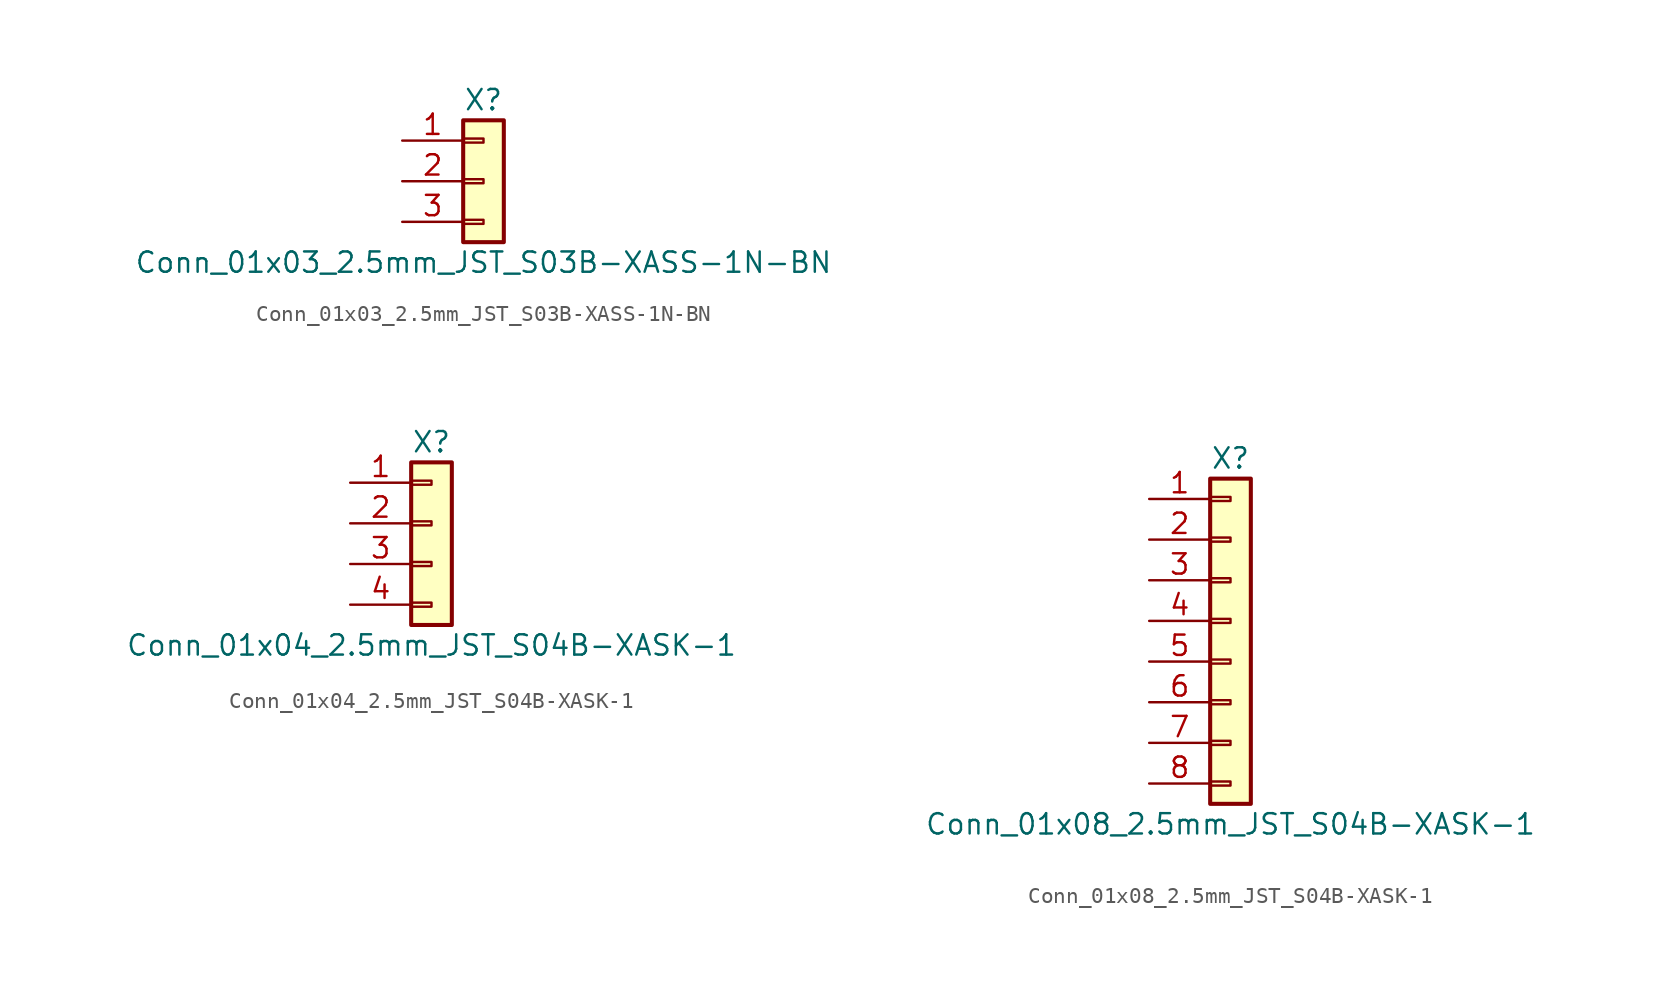
<source format=kicad_sym>
(kicad_symbol_lib
  (version 20220914)
  (generator kicad_db_lib)
  (symbol "Conn_01x03_2.5mm_JST_S03B-XASS-1N-BN"
    (pin_names
      (offset 1.016) hide)
    (property "Reference" "X"
      (at 0 5.08 0)
      (effects (font (size 1.27 1.27))))
    (property "Value" "Conn_01x03_2.5mm_JST_S03B-XASS-1N-BN"
      (at 0 -5.08 0)
      (effects (font (size 1.27 1.27))))
    (symbol "Conn_01x03_2.5mm_JST_S03B-XASS-1N-BN_1_1"
      (rectangle (start -1.27 -2.413) (end 0 -2.667) (stroke (width 0.152) (type default)) (fill (type none)))
      (rectangle (start -1.27 0.127) (end 0 -0.127) (stroke (width 0.152) (type default)) (fill (type none)))
      (rectangle (start -1.27 2.667) (end 0 2.413) (stroke (width 0.152) (type default)) (fill (type none)))
      (rectangle (start -1.27 3.81) (end 1.27 -3.81) (stroke (width 0.254) (type default)) (fill (type background)))
      (pin passive line (at -5.08 2.54 0) (length 3.81) (name "Pin_1" (effects (font (size 1.27 1.27)))) (number "1" (effects (font (size 1.27 1.27)))))
      (pin passive line (at -5.08 0 0) (length 3.81) (name "Pin_2" (effects (font (size 1.27 1.27)))) (number "2" (effects (font (size 1.27 1.27)))))
      (pin passive line (at -5.08 -2.54 0) (length 3.81) (name "Pin_3" (effects (font (size 1.27 1.27)))) (number "3" (effects (font (size 1.27 1.27)))))))
  (symbol "Conn_01x04_2.5mm_JST_S04B-XASK-1"
    (pin_names
      (offset 1.016) hide)
    (property "Reference" "X"
      (at 0 5.08 0)
      (effects (font (size 1.27 1.27))))
    (property "Value" "Conn_01x04_2.5mm_JST_S04B-XASK-1"
      (at 0 -7.62 0)
      (effects (font (size 1.27 1.27))))
    (symbol "Conn_01x04_2.5mm_JST_S04B-XASK-1_1_1"
      (rectangle (start -1.27 -4.953) (end 0 -5.207) (stroke (width 0.152) (type default)) (fill (type none)))
      (rectangle (start -1.27 -2.413) (end 0 -2.667) (stroke (width 0.152) (type default)) (fill (type none)))
      (rectangle (start -1.27 0.127) (end 0 -0.127) (stroke (width 0.152) (type default)) (fill (type none)))
      (rectangle (start -1.27 2.667) (end 0 2.413) (stroke (width 0.152) (type default)) (fill (type none)))
      (rectangle (start -1.27 3.81) (end 1.27 -6.35) (stroke (width 0.254) (type default)) (fill (type background)))
      (pin passive line (at -5.08 2.54 0) (length 3.81) (name "Pin_1" (effects (font (size 1.27 1.27)))) (number "1" (effects (font (size 1.27 1.27)))))
      (pin passive line (at -5.08 0 0) (length 3.81) (name "Pin_2" (effects (font (size 1.27 1.27)))) (number "2" (effects (font (size 1.27 1.27)))))
      (pin passive line (at -5.08 -2.54 0) (length 3.81) (name "Pin_3" (effects (font (size 1.27 1.27)))) (number "3" (effects (font (size 1.27 1.27)))))
      (pin passive line (at -5.08 -5.08 0) (length 3.81) (name "Pin_4" (effects (font (size 1.27 1.27)))) (number "4" (effects (font (size 1.27 1.27)))))))
  (symbol "Conn_01x08_2.5mm_JST_S04B-XASK-1"
    (pin_names
      (offset 1.016) hide)
    (property "Reference" "X"
      (at 0 10.16 0)
      (effects (font (size 1.27 1.27))))
    (property "Value" "Conn_01x08_2.5mm_JST_S04B-XASK-1"
      (at 0 -12.7 0)
      (effects (font (size 1.27 1.27))))
    (symbol "Conn_01x08_2.5mm_JST_S04B-XASK-1_1_1"
      (rectangle (start -1.27 -10.033) (end 0 -10.287) (stroke (width 0.152) (type default)) (fill (type none)))
      (rectangle (start -1.27 -7.493) (end 0 -7.747) (stroke (width 0.152) (type default)) (fill (type none)))
      (rectangle (start -1.27 -4.953) (end 0 -5.207) (stroke (width 0.152) (type default)) (fill (type none)))
      (rectangle (start -1.27 -2.413) (end 0 -2.667) (stroke (width 0.152) (type default)) (fill (type none)))
      (rectangle (start -1.27 0.127) (end 0 -0.127) (stroke (width 0.152) (type default)) (fill (type none)))
      (rectangle (start -1.27 2.667) (end 0 2.413) (stroke (width 0.152) (type default)) (fill (type none)))
      (rectangle (start -1.27 5.207) (end 0 4.953) (stroke (width 0.152) (type default)) (fill (type none)))
      (rectangle (start -1.27 7.747) (end 0 7.493) (stroke (width 0.152) (type default)) (fill (type none)))
      (rectangle (start -1.27 8.89) (end 1.27 -11.43) (stroke (width 0.254) (type default)) (fill (type background)))
      (pin passive line (at -5.08 7.62 0) (length 3.81) (name "Pin_1" (effects (font (size 1.27 1.27)))) (number "1" (effects (font (size 1.27 1.27)))))
      (pin passive line (at -5.08 5.08 0) (length 3.81) (name "Pin_2" (effects (font (size 1.27 1.27)))) (number "2" (effects (font (size 1.27 1.27)))))
      (pin passive line (at -5.08 2.54 0) (length 3.81) (name "Pin_3" (effects (font (size 1.27 1.27)))) (number "3" (effects (font (size 1.27 1.27)))))
      (pin passive line (at -5.08 0 0) (length 3.81) (name "Pin_4" (effects (font (size 1.27 1.27)))) (number "4" (effects (font (size 1.27 1.27)))))
      (pin passive line (at -5.08 -2.54 0) (length 3.81) (name "Pin_5" (effects (font (size 1.27 1.27)))) (number "5" (effects (font (size 1.27 1.27)))))
      (pin passive line (at -5.08 -5.08 0) (length 3.81) (name "Pin_6" (effects (font (size 1.27 1.27)))) (number "6" (effects (font (size 1.27 1.27)))))
      (pin passive line (at -5.08 -7.62 0) (length 3.81) (name "Pin_7" (effects (font (size 1.27 1.27)))) (number "7" (effects (font (size 1.27 1.27)))))
      (pin passive line (at -5.08 -10.16 0) (length 3.81) (name "Pin_8" (effects (font (size 1.27 1.27)))) (number "8" (effects (font (size 1.27 1.27))))))))
</source>
